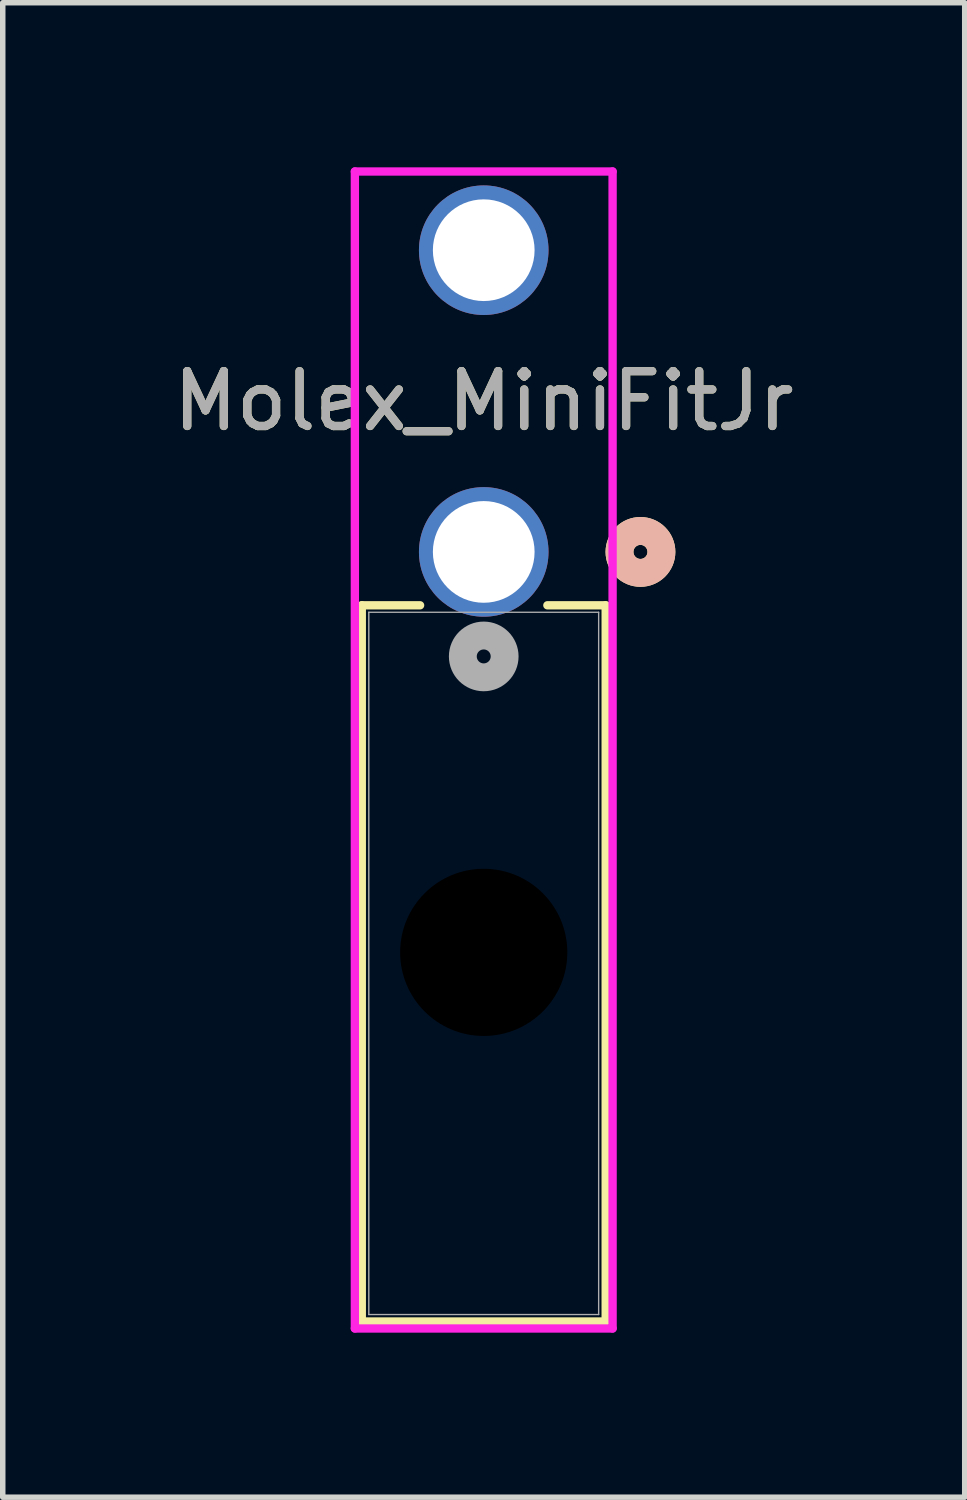
<source format=kicad_pcb>
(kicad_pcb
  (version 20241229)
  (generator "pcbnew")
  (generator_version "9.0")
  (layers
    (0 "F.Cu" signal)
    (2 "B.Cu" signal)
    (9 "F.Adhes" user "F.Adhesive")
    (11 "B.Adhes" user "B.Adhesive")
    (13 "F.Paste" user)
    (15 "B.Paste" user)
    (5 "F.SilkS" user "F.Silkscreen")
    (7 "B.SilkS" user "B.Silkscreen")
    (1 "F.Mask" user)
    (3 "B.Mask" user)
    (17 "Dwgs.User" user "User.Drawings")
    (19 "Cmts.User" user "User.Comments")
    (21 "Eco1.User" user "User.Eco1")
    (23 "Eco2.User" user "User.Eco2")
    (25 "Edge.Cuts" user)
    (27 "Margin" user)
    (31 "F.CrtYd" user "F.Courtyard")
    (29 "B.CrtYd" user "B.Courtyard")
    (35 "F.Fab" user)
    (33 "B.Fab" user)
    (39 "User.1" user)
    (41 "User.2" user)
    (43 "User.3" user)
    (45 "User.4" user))
  (footprint "Molex_MiniFitJr"
    (layer "F.Cu")
    (at 5.768 7.011)
    (property "Reference" "Molex_MiniFitJr" (at 0 -2.75 0) (unlocked yes) (layer "F.SilkS") (effects (font (size 1 1) (thickness 0.15))))
    (attr through_hole)
    (fp_line (start -2.223 0.973) (end -2.223 14.029) (stroke (width 0.152) (type solid)) (layer "F.SilkS"))
    (fp_line (start -2.223 14.029) (end 2.223 14.029) (stroke (width 0.152) (type solid)) (layer "F.SilkS"))
    (fp_line (start -1.16 0.973) (end -2.223 0.973) (stroke (width 0.152) (type solid)) (layer "F.SilkS"))
    (fp_line (start 2.223 0.973) (end 1.16 0.973) (stroke (width 0.152) (type solid)) (layer "F.SilkS"))
    (fp_line (start 2.223 14.029) (end 2.223 0.973) (stroke (width 0.152) (type solid)) (layer "F.SilkS"))
    (fp_circle (center 2.857 0) (end 3.239 0) (stroke (width 0.508) (type solid)) (fill no) (layer "F.SilkS"))
    (fp_circle (center 2.857 0) (end 3.239 0) (stroke (width 0.508) (type solid)) (fill no) (layer "B.SilkS"))
    (fp_line (start -2.349 -6.935) (end -2.349 14.156) (stroke (width 0.152) (type solid)) (layer "F.CrtYd"))
    (fp_line (start -2.349 14.156) (end 2.349 14.156) (stroke (width 0.152) (type solid)) (layer "F.CrtYd"))
    (fp_line (start 2.349 -6.935) (end -2.349 -6.935) (stroke (width 0.152) (type solid)) (layer "F.CrtYd"))
    (fp_line (start 2.349 14.156) (end 2.349 -6.935) (stroke (width 0.152) (type solid)) (layer "F.CrtYd"))
    (fp_line (start -2.095 1.1) (end -2.095 13.902) (stroke (width 0.025) (type solid)) (layer "F.Fab"))
    (fp_line (start -2.095 13.902) (end 2.095 13.902) (stroke (width 0.025) (type solid)) (layer "F.Fab"))
    (fp_line (start 2.095 1.1) (end -2.095 1.1) (stroke (width 0.025) (type solid)) (layer "F.Fab"))
    (fp_line (start 2.095 13.902) (end 2.095 1.1) (stroke (width 0.025) (type solid)) (layer "F.Fab"))
    (fp_circle (center 0 1.905) (end 0.381 1.905) (stroke (width 0.508) (type solid)) (fill no) (layer "F.Fab"))
    (fp_text user "${REFERENCE}" (at 0 -2.75 0) (unlocked yes) (layer "F.Fab") (effects (font (size 1 1) (thickness 0.15))))
    (pad "" np_thru_hole circle (at 0 7.3) (size 3.048 3.048) (drill 3.048) (layers))
    (pad "1" thru_hole circle (at 0 0) (size 2.362 2.362) (drill 1.854) (layers "*.Cu" "*.Mask"))
    (pad "2" thru_hole circle (at 0 -5.5) (size 2.362 2.362) (drill 1.854) (layers "*.Cu" "*.Mask")))
  (gr_rect
    (start -3 -3)
    (end 14.536 24.243)
    (stroke (width 0.1) (type default))
    (fill no)
    (layer "Edge.Cuts")))
</source>
